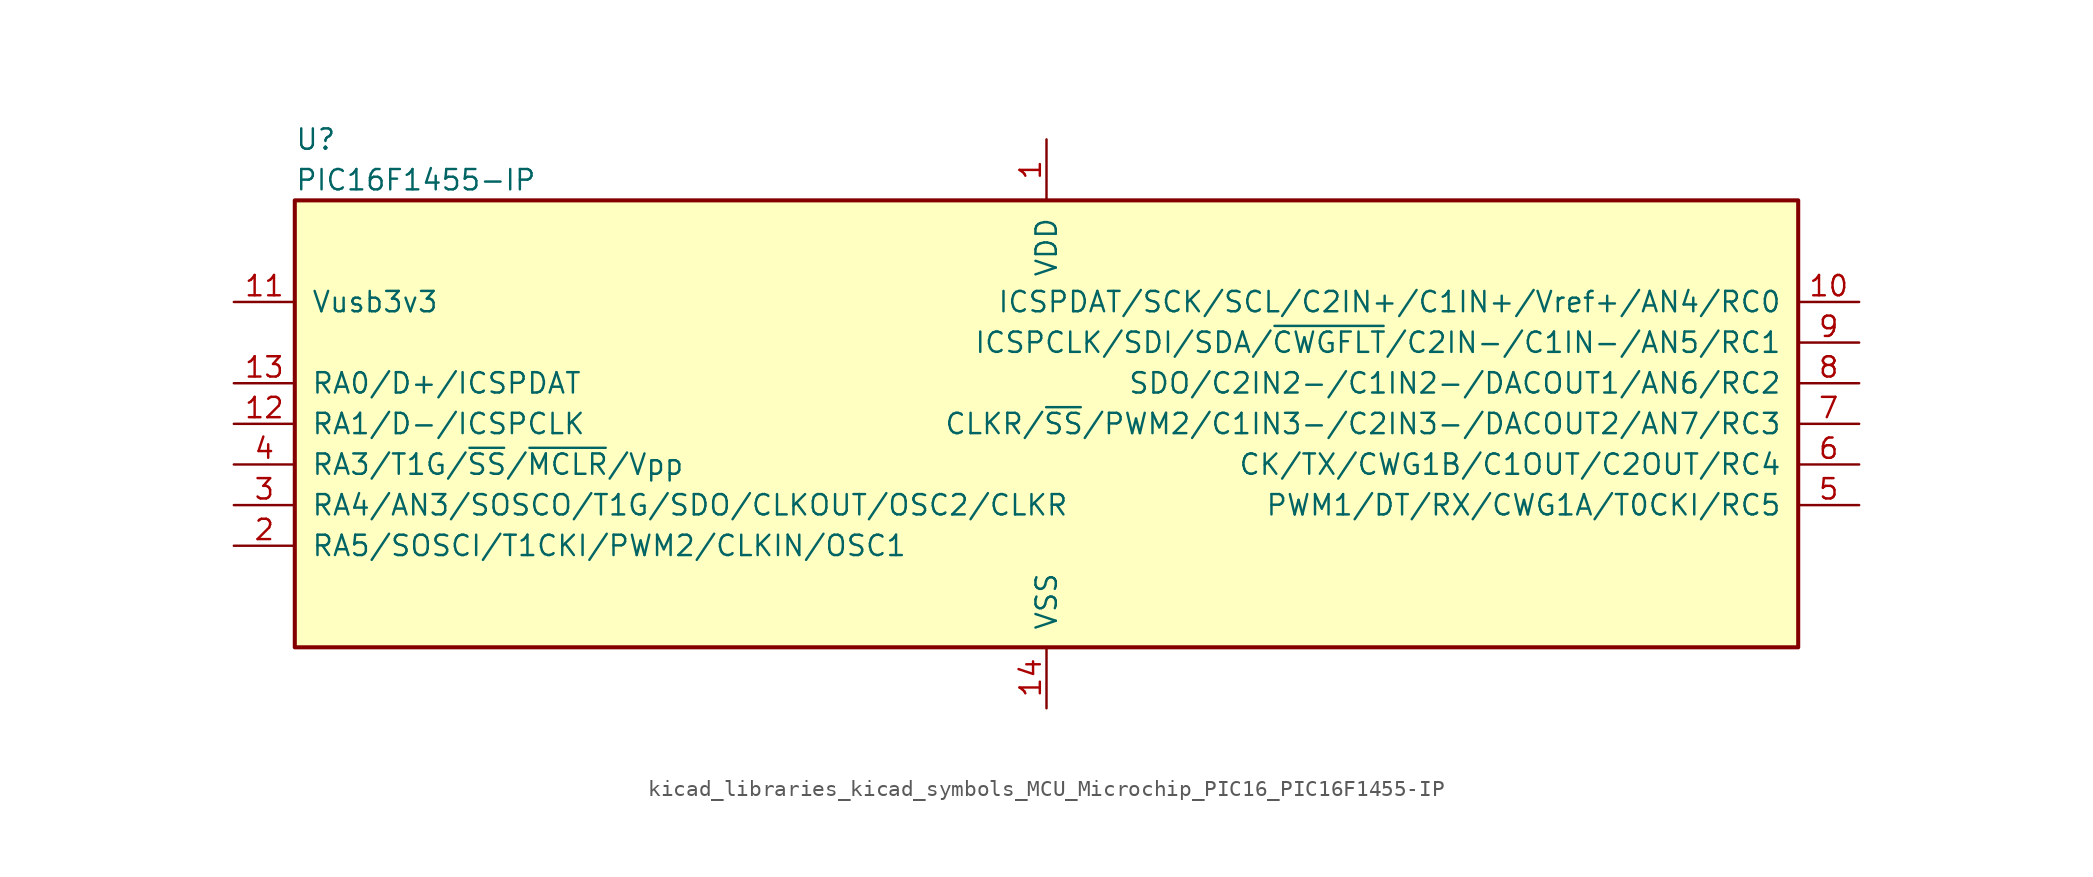
<source format=kicad_sym>
(kicad_symbol_lib
  (version 20220914)
  (generator kicad_symbol_editor)
  (symbol "kicad_libraries_kicad_symbols_MCU_Microchip_PIC16_PIC16F1455-IP"
    (pin_names
      (offset 1.016))
    (property "Reference" "U"
      (at -46.99 17.78 0)
      (effects (font (size 1.27 1.27)) (justify left)))
    (property "Value" "PIC16F1455-IP"
      (at -46.99 15.24 0)
      (effects (font (size 1.27 1.27)) (justify left)))
    (symbol "kicad_libraries_kicad_symbols_MCU_Microchip_PIC16_PIC16F1455-IP_0_1"
      (rectangle (start -46.99 13.97) (end 46.99 -13.97) (stroke (width 0.254) (type default)) (fill (type background))))
    (symbol "kicad_libraries_kicad_symbols_MCU_Microchip_PIC16_PIC16F1455-IP_1_1"
      (pin power_in line (at 0 17.78 270) (length 3.81) (name "VDD" (effects (font (size 1.27 1.27)))) (number "1" (effects (font (size 1.27 1.27)))))
      (pin bidirectional line (at 50.8 7.62 180) (length 3.81) (name "ICSPDAT/SCK/SCL/C2IN+/C1IN+/Vref+/AN4/RC0" (effects (font (size 1.27 1.27)))) (number "10" (effects (font (size 1.27 1.27)))))
      (pin bidirectional line (at -50.8 7.62 0) (length 3.81) (name "Vusb3v3" (effects (font (size 1.27 1.27)))) (number "11" (effects (font (size 1.27 1.27)))))
      (pin bidirectional line (at -50.8 0 0) (length 3.81) (name "RA1/D-/ICSPCLK" (effects (font (size 1.27 1.27)))) (number "12" (effects (font (size 1.27 1.27)))))
      (pin bidirectional line (at -50.8 2.54 0) (length 3.81) (name "RA0/D+/ICSPDAT" (effects (font (size 1.27 1.27)))) (number "13" (effects (font (size 1.27 1.27)))))
      (pin power_in line (at 0 -17.78 90) (length 3.81) (name "VSS" (effects (font (size 1.27 1.27)))) (number "14" (effects (font (size 1.27 1.27)))))
      (pin bidirectional line (at -50.8 -7.62 0) (length 3.81) (name "RA5/SOSCI/T1CKI/PWM2/CLKIN/OSC1" (effects (font (size 1.27 1.27)))) (number "2" (effects (font (size 1.27 1.27)))))
      (pin bidirectional line (at -50.8 -5.08 0) (length 3.81) (name "RA4/AN3/SOSCO/T1G/SDO/CLKOUT/OSC2/CLKR" (effects (font (size 1.27 1.27)))) (number "3" (effects (font (size 1.27 1.27)))))
      (pin input line (at -50.8 -2.54 0) (length 3.81) (name "RA3/T1G/~{SS}/~{MCLR}/Vpp" (effects (font (size 1.27 1.27)))) (number "4" (effects (font (size 1.27 1.27)))))
      (pin bidirectional line (at 50.8 -5.08 180) (length 3.81) (name "PWM1/DT/RX/CWG1A/T0CKI/RC5" (effects (font (size 1.27 1.27)))) (number "5" (effects (font (size 1.27 1.27)))))
      (pin bidirectional line (at 50.8 -2.54 180) (length 3.81) (name "CK/TX/CWG1B/C1OUT/C2OUT/RC4" (effects (font (size 1.27 1.27)))) (number "6" (effects (font (size 1.27 1.27)))))
      (pin bidirectional line (at 50.8 0 180) (length 3.81) (name "CLKR/~{SS}/PWM2/C1IN3-/C2IN3-/DACOUT2/AN7/RC3" (effects (font (size 1.27 1.27)))) (number "7" (effects (font (size 1.27 1.27)))))
      (pin bidirectional line (at 50.8 2.54 180) (length 3.81) (name "SDO/C2IN2-/C1IN2-/DACOUT1/AN6/RC2" (effects (font (size 1.27 1.27)))) (number "8" (effects (font (size 1.27 1.27)))))
      (pin bidirectional line (at 50.8 5.08 180) (length 3.81) (name "ICSPCLK/SDI/SDA/~{CWGFLT}/C2IN-/C1IN-/AN5/RC1" (effects (font (size 1.27 1.27)))) (number "9" (effects (font (size 1.27 1.27))))))))
</source>
